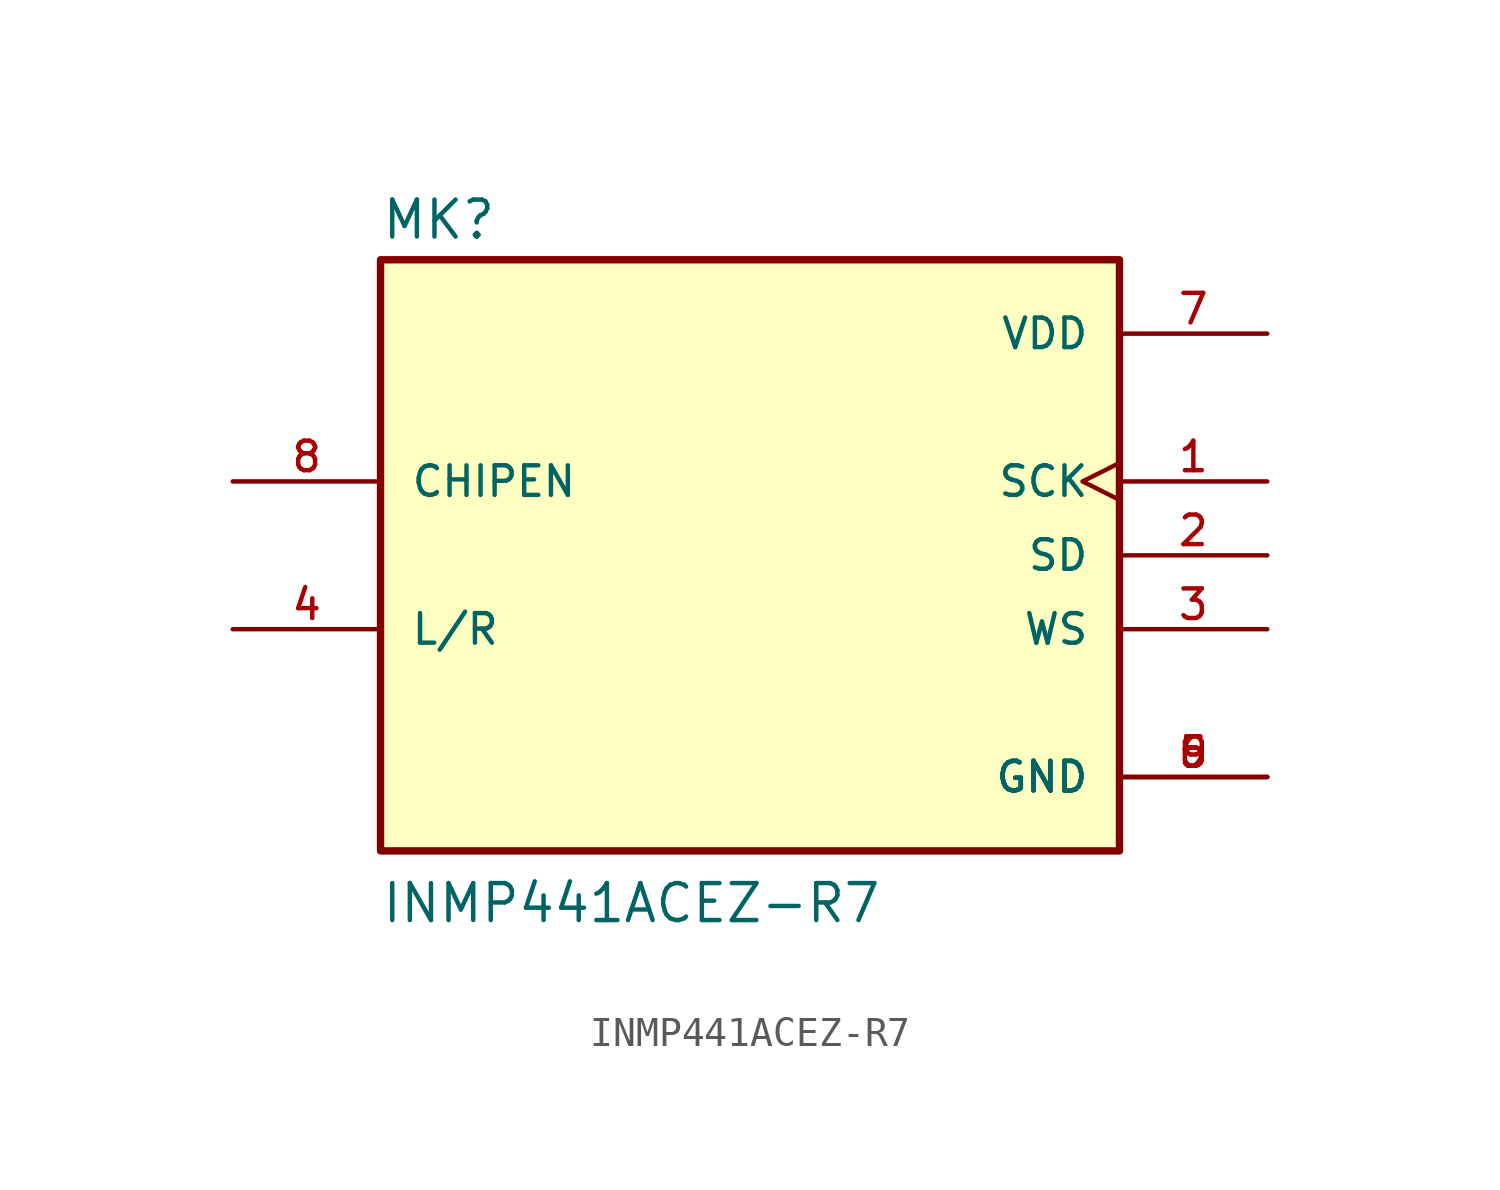
<source format=kicad_sym>
(kicad_symbol_lib
  (version 20211014)
  (generator kicad_symbol_editor)
  (symbol "INMP441ACEZ-R7"
    (pin_names
      (offset 1.016))
    (property "Reference" "MK"
      (at -12.7 10.795 0)
      (effects (font (size 1.27 1.27)) (justify bottom left)))
    (property "Value" "INMP441ACEZ-R7"
      (at -12.7 -12.7 0)
      (effects (font (size 1.27 1.27)) (justify bottom left)))
    (symbol "INMP441ACEZ-R7_0_0"
      (rectangle (start -12.7 -10.16) (end 12.7 10.16) (stroke (width 0.254)) (fill (type background)))
      (pin input clock (at 17.78 2.54 180.0) (length 5.08) (name "SCK" (effects (font (size 1.016 1.016)))) (number "1" (effects (font (size 1.016 1.016)))))
      (pin output line (at 17.78 0.0 180.0) (length 5.08) (name "SD" (effects (font (size 1.016 1.016)))) (number "2" (effects (font (size 1.016 1.016)))))
      (pin power_in line (at 17.78 7.62 180.0) (length 5.08) (name "VDD" (effects (font (size 1.016 1.016)))) (number "7" (effects (font (size 1.016 1.016)))))
      (pin power_in line (at 17.78 -7.62 180.0) (length 5.08) (name "GND" (effects (font (size 1.016 1.016)))) (number "5" (effects (font (size 1.016 1.016)))))
      (pin power_in line (at 17.78 -7.62 180.0) (length 5.08) (name "GND" (effects (font (size 1.016 1.016)))) (number "6" (effects (font (size 1.016 1.016)))))
      (pin power_in line (at 17.78 -7.62 180.0) (length 5.08) (name "GND" (effects (font (size 1.016 1.016)))) (number "9" (effects (font (size 1.016 1.016)))))
      (pin input line (at -17.78 -2.54 0) (length 5.08) (name "L/R" (effects (font (size 1.016 1.016)))) (number "4" (effects (font (size 1.016 1.016)))))
      (pin input line (at 17.78 -2.54 180.0) (length 5.08) (name "WS" (effects (font (size 1.016 1.016)))) (number "3" (effects (font (size 1.016 1.016)))))
      (pin input line (at -17.78 2.54 0) (length 5.08) (name "CHIPEN" (effects (font (size 1.016 1.016)))) (number "8" (effects (font (size 1.016 1.016))))))))
</source>
